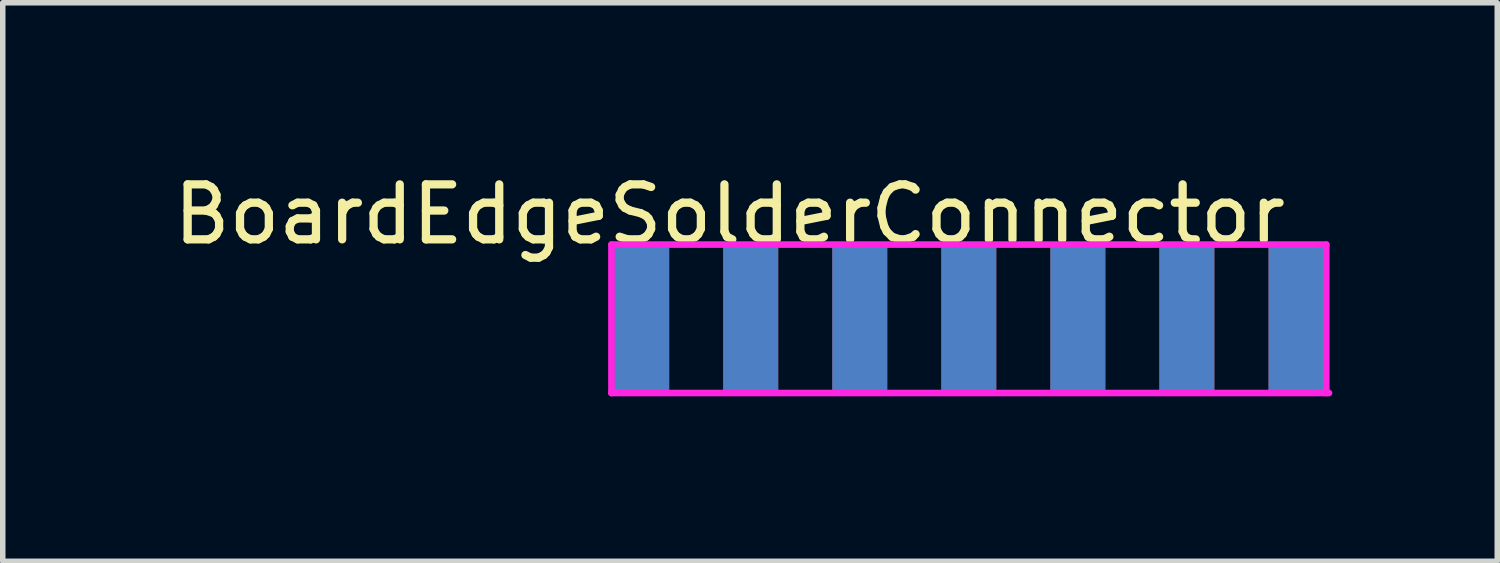
<source format=kicad_pcb>
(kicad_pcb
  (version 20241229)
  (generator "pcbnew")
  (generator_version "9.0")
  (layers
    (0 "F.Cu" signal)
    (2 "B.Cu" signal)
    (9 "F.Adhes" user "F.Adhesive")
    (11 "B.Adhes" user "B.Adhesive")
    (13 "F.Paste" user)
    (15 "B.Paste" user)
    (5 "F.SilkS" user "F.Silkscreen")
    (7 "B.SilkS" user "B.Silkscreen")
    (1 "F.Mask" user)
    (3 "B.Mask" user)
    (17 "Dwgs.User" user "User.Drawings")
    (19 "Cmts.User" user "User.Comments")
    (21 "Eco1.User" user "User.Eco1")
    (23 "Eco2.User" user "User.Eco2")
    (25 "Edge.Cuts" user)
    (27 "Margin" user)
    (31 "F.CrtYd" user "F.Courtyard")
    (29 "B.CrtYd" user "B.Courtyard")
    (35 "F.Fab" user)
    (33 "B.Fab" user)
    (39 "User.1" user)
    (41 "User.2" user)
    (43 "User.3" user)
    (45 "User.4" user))
  (footprint "BoardEdgeSolderConnector"
    (layer "F.Cu")
    (at 8.62 2.748)
    (property "Reference" "BoardEdgeSolderConnector" (at 1.6 -1.9 0) (layer "F.SilkS") (effects (font (size 1 1) (thickness 0.15))))
    (attr through_hole)
    (fp_line (start -0.55 -1.35) (end -0.55 1.35) (stroke (width 0.12) (type solid)) (layer "F.CrtYd"))
    (fp_line (start -0.55 1.35) (end 12.5 1.35) (stroke (width 0.12) (type solid)) (layer "F.CrtYd"))
    (fp_line (start 12.45 -1.35) (end -0.55 -1.35) (stroke (width 0.12) (type solid)) (layer "F.CrtYd"))
    (fp_line (start 12.45 1.35) (end 12.45 -1.35) (stroke (width 0.12) (type solid)) (layer "F.CrtYd"))
    (pad "1" smd rect (at 0 0) (size 1 2.6) (layers "F.Cu" "F.Mask" "F.Paste"))
    (pad "2" smd rect (at 1.983 0) (size 1 2.6) (layers "F.Cu" "F.Mask" "F.Paste"))
    (pad "3" smd rect (at 3.966 0) (size 1 2.6) (layers "F.Cu" "F.Mask" "F.Paste"))
    (pad "4" smd rect (at 5.949 0) (size 1 2.6) (layers "F.Cu" "F.Mask" "F.Paste"))
    (pad "5" smd rect (at 7.932 0) (size 1 2.6) (layers "F.Cu" "F.Mask" "F.Paste"))
    (pad "6" smd rect (at 9.915 0) (size 1 2.6) (layers "F.Cu" "F.Mask" "F.Paste"))
    (pad "7" smd rect (at 11.9 0) (size 1 2.6) (layers "F.Cu" "F.Mask" "F.Paste"))
    (pad "8" smd rect (at 11.9 0) (size 1 2.6) (layers "B.Cu" "B.Mask" "B.Paste"))
    (pad "9" smd rect (at 9.915 0) (size 1 2.6) (layers "B.Cu" "B.Mask" "B.Paste"))
    (pad "10" smd rect (at 7.932 0) (size 1 2.6) (layers "B.Cu" "B.Mask" "B.Paste"))
    (pad "11" smd rect (at 5.949 0) (size 1 2.6) (layers "B.Cu" "B.Mask" "B.Paste"))
    (pad "12" smd rect (at 3.966 0) (size 1 2.6) (layers "B.Cu" "B.Mask" "B.Paste"))
    (pad "13" smd rect (at 1.983 0) (size 1 2.6) (layers "B.Cu" "B.Mask" "B.Paste"))
    (pad "14" smd rect (at 0 0) (size 1 2.6) (layers "B.Cu" "B.Mask" "B.Paste")))
  (gr_rect
    (start -3 -3)
    (end 24.18 7.158)
    (stroke (width 0.1) (type default))
    (fill no)
    (layer "Edge.Cuts")))
</source>
